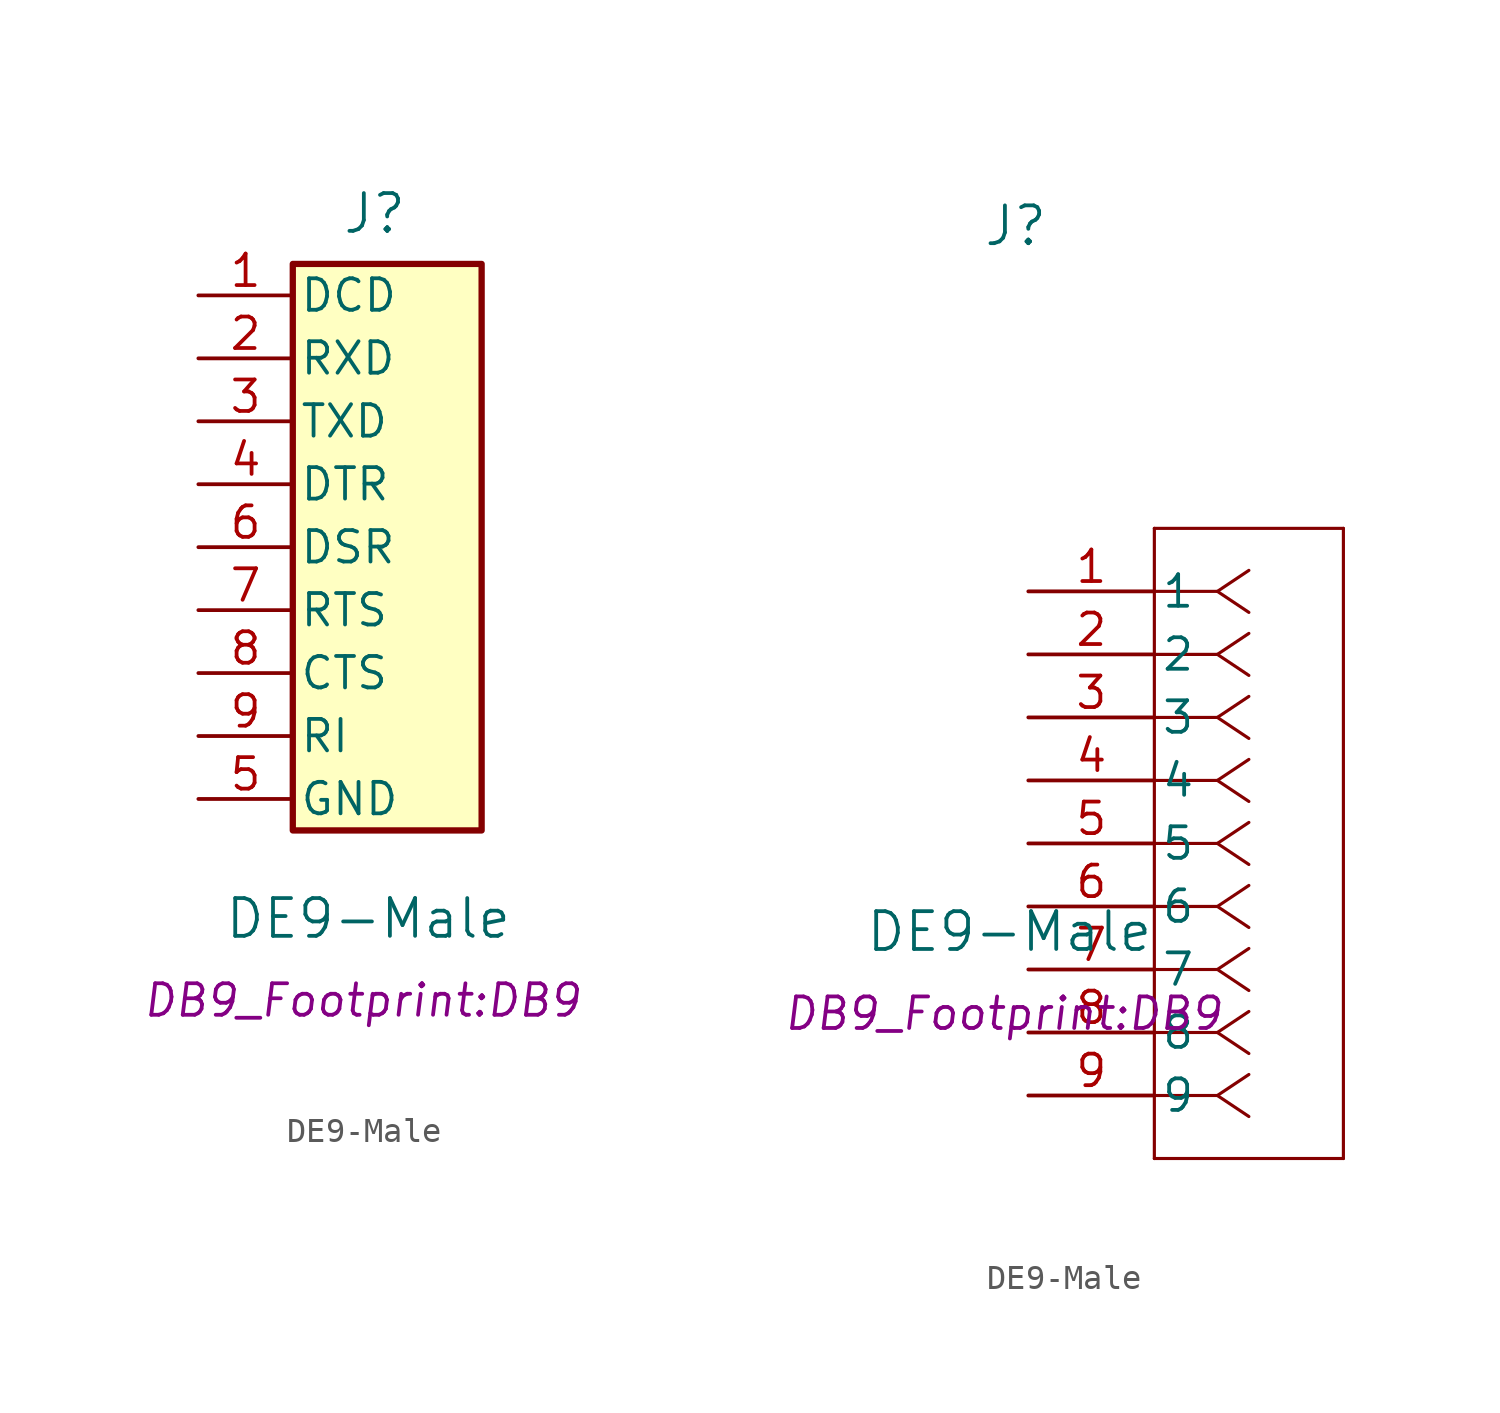
<source format=kicad_sym>
(kicad_symbol_lib
  (version 20241209)
  (generator "kicad_symbol_editor")
  (generator_version "9.0")
  (symbol "DE9-Male"
    (pin_names
      (offset 0.254))
    (property "Reference" "J"
      (at -0.508 14.732 0)
      (effects (font (size 1.524 1.524))))
    (property "Value" "DE9-Male"
      (at -0.762 -13.716 0)
      (effects (font (size 1.524 1.524))))
    (property "Footprint" "DB9_Footprint:DB9"
      (at -1.016 -17.018 0)
      (effects (font (size 1.27 1.27) (italic yes))))
    (symbol "DE9-Male_0_1"
      (polyline (pts (xy -3.81 -10.16) (xy -3.81 12.7) (xy 3.81 12.7) (xy 3.81 -10.16) (xy -3.81 -10.16)) (stroke (width 0.254) (type default)) (fill (type background))))
    (symbol "DE9-Male_1_1"
      (pin passive line (at -7.62 11.43 0) (length 3.81) (name "DCD" (effects (font (size 1.27 1.27)))) (number "1" (effects (font (size 1.27 1.27)))))
      (pin passive line (at -7.62 8.89 0) (length 3.81) (name "RXD" (effects (font (size 1.27 1.27)))) (number "2" (effects (font (size 1.27 1.27)))))
      (pin passive line (at -7.62 6.35 0) (length 3.81) (name "TXD" (effects (font (size 1.27 1.27)))) (number "3" (effects (font (size 1.27 1.27)))))
      (pin passive line (at -7.62 3.81 0) (length 3.81) (name "DTR" (effects (font (size 1.27 1.27)))) (number "4" (effects (font (size 1.27 1.27)))))
      (pin passive line (at -7.62 1.27 0) (length 3.81) (name "DSR" (effects (font (size 1.27 1.27)))) (number "6" (effects (font (size 1.27 1.27)))))
      (pin passive line (at -7.62 -1.27 0) (length 3.81) (name "RTS" (effects (font (size 1.27 1.27)))) (number "7" (effects (font (size 1.27 1.27)))))
      (pin passive line (at -7.62 -3.81 0) (length 3.81) (name "CTS" (effects (font (size 1.27 1.27)))) (number "8" (effects (font (size 1.27 1.27)))))
      (pin passive line (at -7.62 -6.35 0) (length 3.81) (name "RI" (effects (font (size 1.27 1.27)))) (number "9" (effects (font (size 1.27 1.27)))))
      (pin power_out line (at -7.62 -8.89 0) (length 3.81) (name "GND" (effects (font (size 1.27 1.27)))) (number "5" (effects (font (size 1.27 1.27))))))
    (symbol "DE9-Male_1_2"
      (polyline (pts (xy 5.08 2.54) (xy 5.08 -22.86)) (stroke (width 0.127) (type default)) (fill (type none)))
      (polyline (pts (xy 5.08 -22.86) (xy 12.7 -22.86)) (stroke (width 0.127) (type default)) (fill (type none)))
      (polyline (pts (xy 7.62 0) (xy 5.08 0)) (stroke (width 0.127) (type default)) (fill (type none)))
      (polyline (pts (xy 7.62 0) (xy 8.89 0.847)) (stroke (width 0.127) (type default)) (fill (type none)))
      (polyline (pts (xy 7.62 0) (xy 8.89 -0.847)) (stroke (width 0.127) (type default)) (fill (type none)))
      (polyline (pts (xy 7.62 -2.54) (xy 5.08 -2.54)) (stroke (width 0.127) (type default)) (fill (type none)))
      (polyline (pts (xy 7.62 -2.54) (xy 8.89 -1.693)) (stroke (width 0.127) (type default)) (fill (type none)))
      (polyline (pts (xy 7.62 -2.54) (xy 8.89 -3.387)) (stroke (width 0.127) (type default)) (fill (type none)))
      (polyline (pts (xy 7.62 -5.08) (xy 5.08 -5.08)) (stroke (width 0.127) (type default)) (fill (type none)))
      (polyline (pts (xy 7.62 -5.08) (xy 8.89 -4.233)) (stroke (width 0.127) (type default)) (fill (type none)))
      (polyline (pts (xy 7.62 -5.08) (xy 8.89 -5.927)) (stroke (width 0.127) (type default)) (fill (type none)))
      (polyline (pts (xy 7.62 -7.62) (xy 5.08 -7.62)) (stroke (width 0.127) (type default)) (fill (type none)))
      (polyline (pts (xy 7.62 -7.62) (xy 8.89 -6.773)) (stroke (width 0.127) (type default)) (fill (type none)))
      (polyline (pts (xy 7.62 -7.62) (xy 8.89 -8.467)) (stroke (width 0.127) (type default)) (fill (type none)))
      (polyline (pts (xy 7.62 -10.16) (xy 5.08 -10.16)) (stroke (width 0.127) (type default)) (fill (type none)))
      (polyline (pts (xy 7.62 -10.16) (xy 8.89 -9.313)) (stroke (width 0.127) (type default)) (fill (type none)))
      (polyline (pts (xy 7.62 -10.16) (xy 8.89 -11.007)) (stroke (width 0.127) (type default)) (fill (type none)))
      (polyline (pts (xy 7.62 -12.7) (xy 5.08 -12.7)) (stroke (width 0.127) (type default)) (fill (type none)))
      (polyline (pts (xy 7.62 -12.7) (xy 8.89 -11.853)) (stroke (width 0.127) (type default)) (fill (type none)))
      (polyline (pts (xy 7.62 -12.7) (xy 8.89 -13.547)) (stroke (width 0.127) (type default)) (fill (type none)))
      (polyline (pts (xy 7.62 -15.24) (xy 5.08 -15.24)) (stroke (width 0.127) (type default)) (fill (type none)))
      (polyline (pts (xy 7.62 -15.24) (xy 8.89 -14.393)) (stroke (width 0.127) (type default)) (fill (type none)))
      (polyline (pts (xy 7.62 -15.24) (xy 8.89 -16.087)) (stroke (width 0.127) (type default)) (fill (type none)))
      (polyline (pts (xy 7.62 -17.78) (xy 5.08 -17.78)) (stroke (width 0.127) (type default)) (fill (type none)))
      (polyline (pts (xy 7.62 -17.78) (xy 8.89 -16.933)) (stroke (width 0.127) (type default)) (fill (type none)))
      (polyline (pts (xy 7.62 -17.78) (xy 8.89 -18.627)) (stroke (width 0.127) (type default)) (fill (type none)))
      (polyline (pts (xy 7.62 -20.32) (xy 5.08 -20.32)) (stroke (width 0.127) (type default)) (fill (type none)))
      (polyline (pts (xy 7.62 -20.32) (xy 8.89 -19.473)) (stroke (width 0.127) (type default)) (fill (type none)))
      (polyline (pts (xy 7.62 -20.32) (xy 8.89 -21.167)) (stroke (width 0.127) (type default)) (fill (type none)))
      (polyline (pts (xy 12.7 2.54) (xy 5.08 2.54)) (stroke (width 0.127) (type default)) (fill (type none)))
      (polyline (pts (xy 12.7 -22.86) (xy 12.7 2.54)) (stroke (width 0.127) (type default)) (fill (type none)))
      (pin unspecified line (at 0 0 0) (length 5.08) (name "1" (effects (font (size 1.27 1.27)))) (number "1" (effects (font (size 1.27 1.27)))))
      (pin unspecified line (at 0 -2.54 0) (length 5.08) (name "2" (effects (font (size 1.27 1.27)))) (number "2" (effects (font (size 1.27 1.27)))))
      (pin unspecified line (at 0 -5.08 0) (length 5.08) (name "3" (effects (font (size 1.27 1.27)))) (number "3" (effects (font (size 1.27 1.27)))))
      (pin unspecified line (at 0 -7.62 0) (length 5.08) (name "4" (effects (font (size 1.27 1.27)))) (number "4" (effects (font (size 1.27 1.27)))))
      (pin unspecified line (at 0 -10.16 0) (length 5.08) (name "5" (effects (font (size 1.27 1.27)))) (number "5" (effects (font (size 1.27 1.27)))))
      (pin unspecified line (at 0 -12.7 0) (length 5.08) (name "6" (effects (font (size 1.27 1.27)))) (number "6" (effects (font (size 1.27 1.27)))))
      (pin unspecified line (at 0 -15.24 0) (length 5.08) (name "7" (effects (font (size 1.27 1.27)))) (number "7" (effects (font (size 1.27 1.27)))))
      (pin unspecified line (at 0 -17.78 0) (length 5.08) (name "8" (effects (font (size 1.27 1.27)))) (number "8" (effects (font (size 1.27 1.27)))))
      (pin unspecified line (at 0 -20.32 0) (length 5.08) (name "9" (effects (font (size 1.27 1.27)))) (number "9" (effects (font (size 1.27 1.27))))))))
</source>
